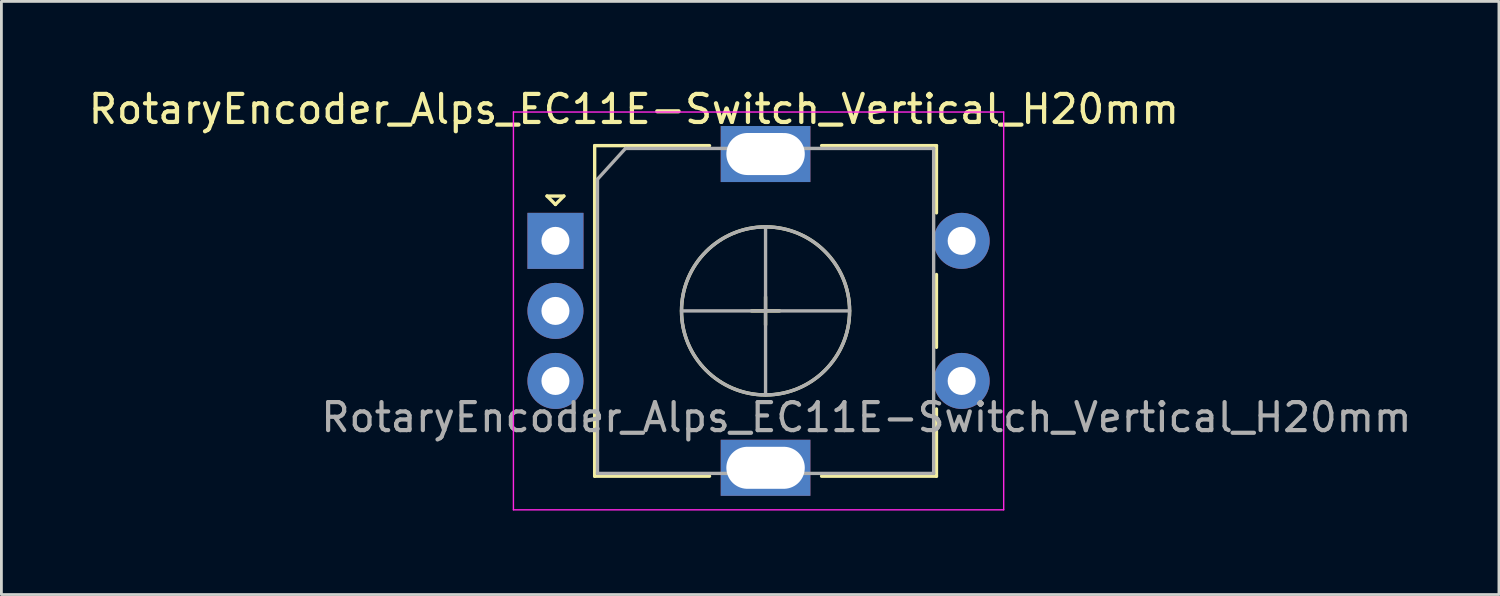
<source format=kicad_pcb>
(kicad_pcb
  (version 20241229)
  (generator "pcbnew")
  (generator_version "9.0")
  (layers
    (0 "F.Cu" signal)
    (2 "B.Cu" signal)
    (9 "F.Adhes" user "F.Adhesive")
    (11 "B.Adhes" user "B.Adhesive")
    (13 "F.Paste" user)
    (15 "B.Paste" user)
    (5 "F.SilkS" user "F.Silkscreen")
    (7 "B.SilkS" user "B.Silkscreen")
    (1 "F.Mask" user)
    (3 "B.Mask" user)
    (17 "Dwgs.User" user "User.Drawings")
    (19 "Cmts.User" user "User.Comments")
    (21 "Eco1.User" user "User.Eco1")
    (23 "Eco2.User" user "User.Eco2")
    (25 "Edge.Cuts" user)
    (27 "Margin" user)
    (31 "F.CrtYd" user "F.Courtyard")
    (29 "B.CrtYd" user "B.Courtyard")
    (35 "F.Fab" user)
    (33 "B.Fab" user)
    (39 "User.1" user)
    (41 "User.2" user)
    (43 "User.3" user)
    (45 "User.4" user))
  (footprint "RotaryEncoder_Alps_EC11E-Switch_Vertical_H20mm"
    (layer "F.Cu")
    (at 24.277 8.048)
    (property "Reference" "RotaryEncoder_Alps_EC11E-Switch_Vertical_H20mm" (at -4.7 -7.2 0) (layer "F.SilkS") (effects (font (size 1 1) (thickness 0.15))))
    (attr through_hole)
    (fp_line (start -7.8 -4.1) (end -7.2 -4.1) (stroke (width 0.12) (type solid)) (layer "F.SilkS"))
    (fp_line (start -7.5 -3.8) (end -7.8 -4.1) (stroke (width 0.12) (type solid)) (layer "F.SilkS"))
    (fp_line (start -7.2 -4.1) (end -7.5 -3.8) (stroke (width 0.12) (type solid)) (layer "F.SilkS"))
    (fp_line (start -6.1 -5.9) (end -6.1 5.9) (stroke (width 0.12) (type solid)) (layer "F.SilkS"))
    (fp_line (start -2 -5.9) (end -6.1 -5.9) (stroke (width 0.12) (type solid)) (layer "F.SilkS"))
    (fp_line (start -2 5.9) (end -6.1 5.9) (stroke (width 0.12) (type solid)) (layer "F.SilkS"))
    (fp_line (start -0.5 0) (end 0.5 0) (stroke (width 0.12) (type solid)) (layer "F.SilkS"))
    (fp_line (start 0 -0.5) (end 0 0.5) (stroke (width 0.12) (type solid)) (layer "F.SilkS"))
    (fp_line (start 2 -5.9) (end 6.1 -5.9) (stroke (width 0.12) (type solid)) (layer "F.SilkS"))
    (fp_line (start 6.1 -5.9) (end 6.1 -3.5) (stroke (width 0.12) (type solid)) (layer "F.SilkS"))
    (fp_line (start 6.1 -1.3) (end 6.1 1.3) (stroke (width 0.12) (type solid)) (layer "F.SilkS"))
    (fp_line (start 6.1 3.5) (end 6.1 5.9) (stroke (width 0.12) (type solid)) (layer "F.SilkS"))
    (fp_line (start 6.1 5.9) (end 2 5.9) (stroke (width 0.12) (type solid)) (layer "F.SilkS"))
    (fp_circle (center 0 0) (end 3 0) (stroke (width 0.12) (type solid)) (fill no) (layer "F.SilkS"))
    (fp_line (start -9 -7.1) (end -9 7.1) (stroke (width 0.05) (type solid)) (layer "F.CrtYd"))
    (fp_line (start -9 -7.1) (end 8.5 -7.1) (stroke (width 0.05) (type solid)) (layer "F.CrtYd"))
    (fp_line (start 8.5 7.1) (end -9 7.1) (stroke (width 0.05) (type solid)) (layer "F.CrtYd"))
    (fp_line (start 8.5 7.1) (end 8.5 -7.1) (stroke (width 0.05) (type solid)) (layer "F.CrtYd"))
    (fp_line (start -6 -4.7) (end -5 -5.8) (stroke (width 0.12) (type solid)) (layer "F.Fab"))
    (fp_line (start -6 5.8) (end -6 -4.7) (stroke (width 0.12) (type solid)) (layer "F.Fab"))
    (fp_line (start -5 -5.8) (end 6 -5.8) (stroke (width 0.12) (type solid)) (layer "F.Fab"))
    (fp_line (start -3 0) (end 3 0) (stroke (width 0.12) (type solid)) (layer "F.Fab"))
    (fp_line (start 0 -3) (end 0 3) (stroke (width 0.12) (type solid)) (layer "F.Fab"))
    (fp_line (start 6 -5.8) (end 6 5.8) (stroke (width 0.12) (type solid)) (layer "F.Fab"))
    (fp_line (start 6 5.8) (end -6 5.8) (stroke (width 0.12) (type solid)) (layer "F.Fab"))
    (fp_circle (center 0 0) (end 3 0) (stroke (width 0.12) (type solid)) (fill no) (layer "F.Fab"))
    (fp_text user "${REFERENCE}" (at 3.6 3.8 0) (layer "F.Fab") (effects (font (size 1 1) (thickness 0.15))))
    (pad "A" thru_hole rect (at -7.5 -2.5) (size 2 2) (drill 1) (layers "*.Cu" "*.Mask"))
    (pad "B" thru_hole circle (at -7.5 2.5) (size 2 2) (drill 1) (layers "*.Cu" "*.Mask"))
    (pad "C" thru_hole circle (at -7.5 0) (size 2 2) (drill 1) (layers "*.Cu" "*.Mask"))
    (pad "MP" thru_hole rect (at 0 -5.6 180) (size 3.2 2) (drill oval 2.8 1.5) (layers "*.Cu" "*.Mask"))
    (pad "MP" thru_hole rect (at 0 5.6) (size 3.2 2) (drill oval 2.8 1.5) (layers "*.Cu" "*.Mask"))
    (pad "S1" thru_hole circle (at 7 2.5) (size 2 2) (drill 1) (layers "*.Cu" "*.Mask"))
    (pad "S2" thru_hole circle (at 7 -2.5) (size 2 2) (drill 1) (layers "*.Cu" "*.Mask")))
  (gr_rect
    (start -3 -3)
    (end 50.455 18.173)
    (stroke (width 0.1) (type default))
    (fill no)
    (layer "Edge.Cuts")))
</source>
